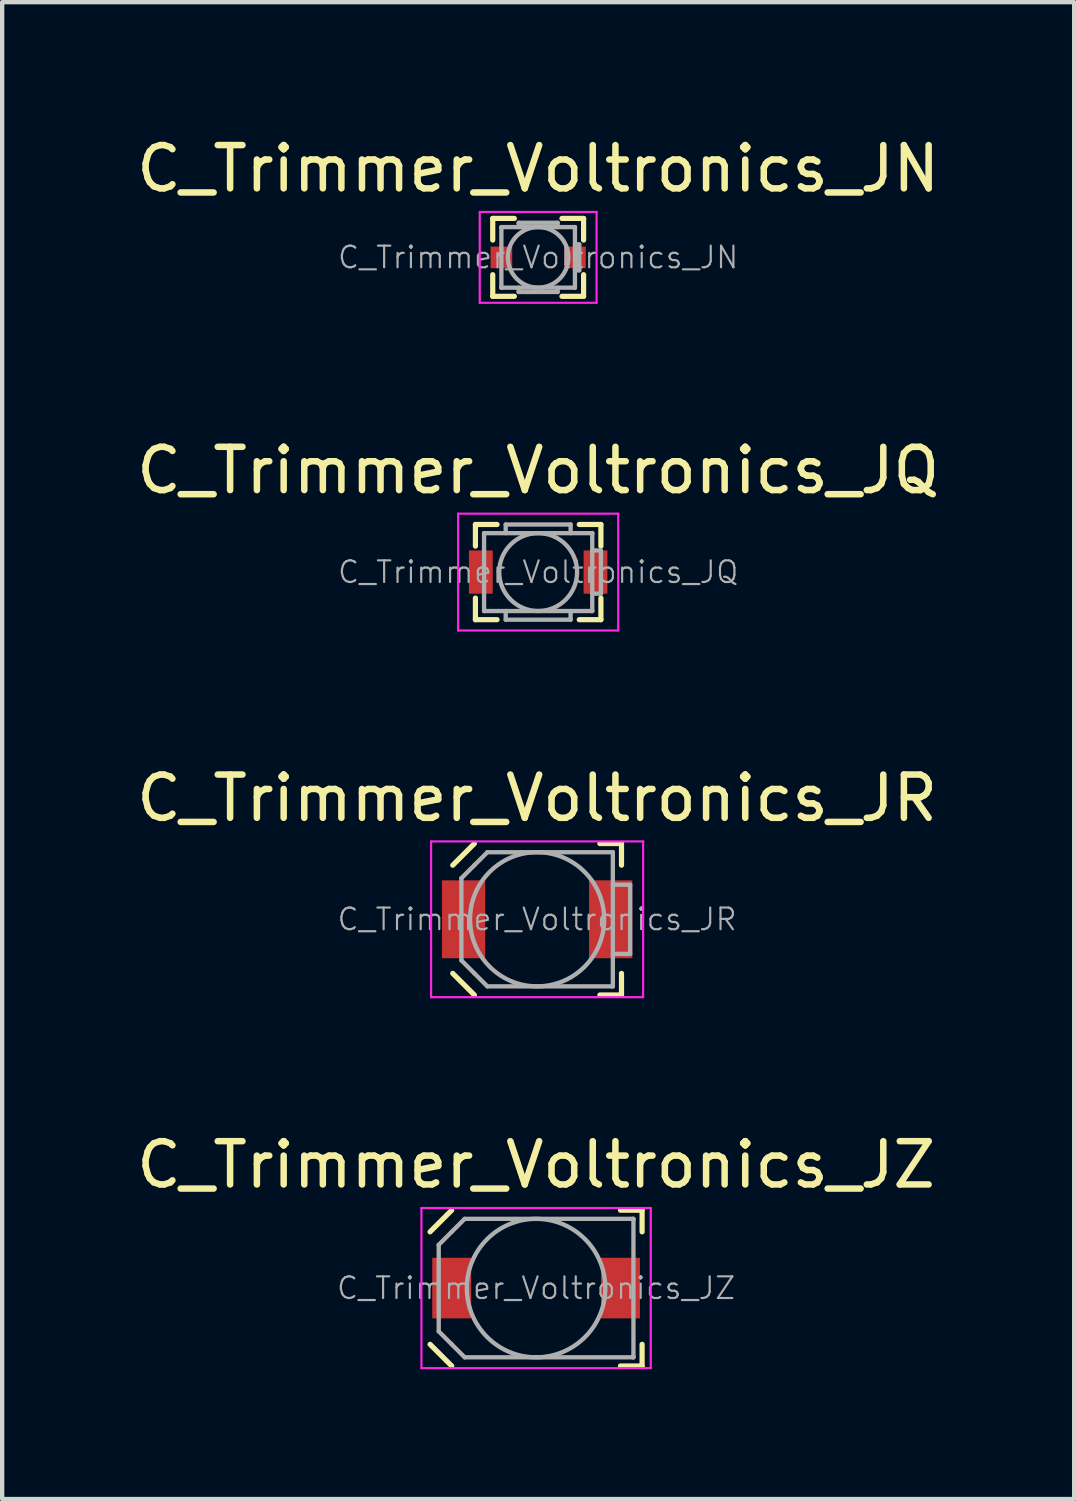
<source format=kicad_pcb>
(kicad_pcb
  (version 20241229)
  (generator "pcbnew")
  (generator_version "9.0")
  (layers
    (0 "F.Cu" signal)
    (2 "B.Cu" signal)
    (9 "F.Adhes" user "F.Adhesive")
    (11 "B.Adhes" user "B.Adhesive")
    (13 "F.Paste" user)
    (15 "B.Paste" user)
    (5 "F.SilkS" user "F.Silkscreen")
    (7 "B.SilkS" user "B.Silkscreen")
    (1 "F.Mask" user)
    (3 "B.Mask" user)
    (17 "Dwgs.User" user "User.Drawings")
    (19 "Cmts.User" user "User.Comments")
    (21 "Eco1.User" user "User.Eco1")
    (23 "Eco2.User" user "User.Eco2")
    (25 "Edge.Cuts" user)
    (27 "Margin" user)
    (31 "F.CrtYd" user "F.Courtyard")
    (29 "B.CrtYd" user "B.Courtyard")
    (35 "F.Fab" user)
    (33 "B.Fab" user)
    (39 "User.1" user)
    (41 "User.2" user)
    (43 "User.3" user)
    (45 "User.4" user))
  (footprint "C_Trimmer_Voltronics_JN"
    (layer "F.Cu")
    (at 9.387 2.898)
    (property "Reference" "C_Trimmer_Voltronics_JN" (at 0 -2.05 0) (layer "F.SilkS") (effects (font (size 1 1) (thickness 0.15))))
    (attr smd)
    (fp_line (start -1.05 -0.9) (end -1.05 -0.4) (stroke (width 0.12) (type solid)) (layer "F.SilkS"))
    (fp_line (start -1.05 -0.9) (end -0.55 -0.9) (stroke (width 0.12) (type solid)) (layer "F.SilkS"))
    (fp_line (start -1.05 0.9) (end -1.05 0.4) (stroke (width 0.12) (type solid)) (layer "F.SilkS"))
    (fp_line (start -1.05 0.9) (end -0.55 0.9) (stroke (width 0.12) (type solid)) (layer "F.SilkS"))
    (fp_line (start 1.05 -0.9) (end 0.55 -0.9) (stroke (width 0.12) (type solid)) (layer "F.SilkS"))
    (fp_line (start 1.05 -0.9) (end 1.05 -0.4) (stroke (width 0.12) (type solid)) (layer "F.SilkS"))
    (fp_line (start 1.05 0.9) (end 0.55 0.9) (stroke (width 0.12) (type solid)) (layer "F.SilkS"))
    (fp_line (start 1.05 0.9) (end 1.05 0.4) (stroke (width 0.12) (type solid)) (layer "F.SilkS"))
    (fp_line (start -1.35 -1.05) (end -1.35 1.05) (stroke (width 0.05) (type solid)) (layer "F.CrtYd"))
    (fp_line (start -1.35 1.05) (end 1.35 1.05) (stroke (width 0.05) (type solid)) (layer "F.CrtYd"))
    (fp_line (start 1.35 -1.05) (end -1.35 -1.05) (stroke (width 0.05) (type solid)) (layer "F.CrtYd"))
    (fp_line (start 1.35 1.05) (end 1.35 -1.05) (stroke (width 0.05) (type solid)) (layer "F.CrtYd"))
    (fp_line (start -0.85 -0.7) (end -0.84 -0.7) (stroke (width 0.1) (type solid)) (layer "F.Fab"))
    (fp_line (start -0.85 -0.69) (end -0.85 -0.7) (stroke (width 0.1) (type solid)) (layer "F.Fab"))
    (fp_line (start -0.85 0.69) (end -0.85 -0.69) (stroke (width 0.1) (type solid)) (layer "F.Fab"))
    (fp_line (start -0.85 0.7) (end -0.85 0.69) (stroke (width 0.1) (type solid)) (layer "F.Fab"))
    (fp_line (start -0.84 -0.7) (end 0.84 -0.7) (stroke (width 0.1) (type solid)) (layer "F.Fab"))
    (fp_line (start -0.84 0.7) (end -0.85 0.7) (stroke (width 0.1) (type solid)) (layer "F.Fab"))
    (fp_line (start -0.45 -0.8) (end 0.45 -0.8) (stroke (width 0.1) (type solid)) (layer "F.Fab"))
    (fp_line (start -0.45 -0.7) (end -0.45 -0.8) (stroke (width 0.1) (type solid)) (layer "F.Fab"))
    (fp_line (start -0.45 0.7) (end -0.45 0.8) (stroke (width 0.1) (type solid)) (layer "F.Fab"))
    (fp_line (start -0.45 0.8) (end 0.45 0.8) (stroke (width 0.1) (type solid)) (layer "F.Fab"))
    (fp_line (start 0.45 -0.8) (end 0.45 -0.7) (stroke (width 0.1) (type solid)) (layer "F.Fab"))
    (fp_line (start 0.45 0.8) (end 0.45 0.7) (stroke (width 0.1) (type solid)) (layer "F.Fab"))
    (fp_line (start 0.84 -0.7) (end 0.85 -0.7) (stroke (width 0.1) (type solid)) (layer "F.Fab"))
    (fp_line (start 0.84 0.7) (end -0.84 0.7) (stroke (width 0.1) (type solid)) (layer "F.Fab"))
    (fp_line (start 0.85 -0.7) (end 0.85 -0.69) (stroke (width 0.1) (type solid)) (layer "F.Fab"))
    (fp_line (start 0.85 -0.69) (end 0.85 0.69) (stroke (width 0.1) (type solid)) (layer "F.Fab"))
    (fp_line (start 0.85 -0.3) (end 0.95 -0.3) (stroke (width 0.1) (type solid)) (layer "F.Fab"))
    (fp_line (start 0.85 0.69) (end 0.85 0.7) (stroke (width 0.1) (type solid)) (layer "F.Fab"))
    (fp_line (start 0.85 0.7) (end 0.84 0.7) (stroke (width 0.1) (type solid)) (layer "F.Fab"))
    (fp_line (start 0.95 -0.3) (end 0.95 0.3) (stroke (width 0.1) (type solid)) (layer "F.Fab"))
    (fp_line (start 0.95 0.3) (end 0.85 0.3) (stroke (width 0.1) (type solid)) (layer "F.Fab"))
    (fp_circle (center 0 0) (end 0.7 0) (stroke (width 0.1) (type solid)) (fill no) (layer "F.Fab"))
    (fp_text user "${REFERENCE}" (at 0 0 0) (layer "F.Fab") (effects (font (size 0.5 0.5) (thickness 0.05))))
    (pad "1" smd rect (at -0.85 0) (size 0.5 0.5) (layers "F.Cu" "F.Mask" "F.Paste"))
    (pad "2" smd rect (at 0.85 0) (size 0.5 0.5) (layers "F.Cu" "F.Mask" "F.Paste")))
  (footprint "C_Trimmer_Voltronics_JR"
    (layer "F.Cu")
    (at 9.363 18.195)
    (property "Reference" "C_Trimmer_Voltronics_JR" (at 0 -2.8 0) (layer "F.SilkS") (effects (font (size 1 1) (thickness 0.15))))
    (attr smd)
    (fp_line (start -1.95 -1.25) (end -1.45 -1.75) (stroke (width 0.12) (type solid)) (layer "F.SilkS"))
    (fp_line (start -1.95 1.25) (end -1.45 1.75) (stroke (width 0.12) (type solid)) (layer "F.SilkS"))
    (fp_line (start 1.95 -1.75) (end 1.45 -1.75) (stroke (width 0.12) (type solid)) (layer "F.SilkS"))
    (fp_line (start 1.95 -1.75) (end 1.95 -1.25) (stroke (width 0.12) (type solid)) (layer "F.SilkS"))
    (fp_line (start 1.95 1.75) (end 1.45 1.75) (stroke (width 0.12) (type solid)) (layer "F.SilkS"))
    (fp_line (start 1.95 1.75) (end 1.95 1.25) (stroke (width 0.12) (type solid)) (layer "F.SilkS"))
    (fp_line (start -2.45 -1.8) (end -2.45 1.8) (stroke (width 0.05) (type solid)) (layer "F.CrtYd"))
    (fp_line (start -2.45 1.8) (end 2.45 1.8) (stroke (width 0.05) (type solid)) (layer "F.CrtYd"))
    (fp_line (start 2.45 -1.8) (end -2.45 -1.8) (stroke (width 0.05) (type solid)) (layer "F.CrtYd"))
    (fp_line (start 2.45 1.8) (end 2.45 -1.8) (stroke (width 0.05) (type solid)) (layer "F.CrtYd"))
    (fp_line (start -1.75 -0.95) (end -1.45 -1.25) (stroke (width 0.1) (type solid)) (layer "F.Fab"))
    (fp_line (start -1.75 0.95) (end -1.75 -0.95) (stroke (width 0.1) (type solid)) (layer "F.Fab"))
    (fp_line (start -1.45 -1.25) (end -1.15 -1.55) (stroke (width 0.1) (type solid)) (layer "F.Fab"))
    (fp_line (start -1.45 1.25) (end -1.75 0.95) (stroke (width 0.1) (type solid)) (layer "F.Fab"))
    (fp_line (start -1.15 -1.55) (end 1.74 -1.55) (stroke (width 0.1) (type solid)) (layer "F.Fab"))
    (fp_line (start -1.15 1.55) (end -1.45 1.25) (stroke (width 0.1) (type solid)) (layer "F.Fab"))
    (fp_line (start 1.74 -1.55) (end 1.75 -1.55) (stroke (width 0.1) (type solid)) (layer "F.Fab"))
    (fp_line (start 1.74 1.55) (end -1.15 1.55) (stroke (width 0.1) (type solid)) (layer "F.Fab"))
    (fp_line (start 1.75 -1.55) (end 1.75 -1.54) (stroke (width 0.1) (type solid)) (layer "F.Fab"))
    (fp_line (start 1.75 -1.54) (end 1.75 1.54) (stroke (width 0.1) (type solid)) (layer "F.Fab"))
    (fp_line (start 1.75 -0.8) (end 2.15 -0.8) (stroke (width 0.1) (type solid)) (layer "F.Fab"))
    (fp_line (start 1.75 1.54) (end 1.75 1.55) (stroke (width 0.1) (type solid)) (layer "F.Fab"))
    (fp_line (start 1.75 1.55) (end 1.74 1.55) (stroke (width 0.1) (type solid)) (layer "F.Fab"))
    (fp_line (start 2.15 -0.8) (end 2.15 0.8) (stroke (width 0.1) (type solid)) (layer "F.Fab"))
    (fp_line (start 2.15 0.8) (end 1.75 0.8) (stroke (width 0.1) (type solid)) (layer "F.Fab"))
    (fp_circle (center 0 0) (end 1.55 0) (stroke (width 0.1) (type solid)) (fill no) (layer "F.Fab"))
    (fp_text user "${REFERENCE}" (at 0 0 0) (layer "F.Fab") (effects (font (size 0.5 0.5) (thickness 0.05))))
    (pad "1" smd rect (at -1.7 0) (size 1 1.8) (layers "F.Cu" "F.Mask" "F.Paste"))
    (pad "2" smd rect (at 1.7 0) (size 1 1.8) (layers "F.Cu" "F.Mask" "F.Paste")))
  (footprint "C_Trimmer_Voltronics_JZ"
    (layer "F.Cu")
    (at 9.339 26.718)
    (property "Reference" "C_Trimmer_Voltronics_JZ" (at 0 -2.85 0) (layer "F.SilkS") (effects (font (size 1 1) (thickness 0.15))))
    (attr smd)
    (fp_line (start -2.45 -1.3) (end -1.95 -1.8) (stroke (width 0.12) (type solid)) (layer "F.SilkS"))
    (fp_line (start -2.45 1.3) (end -1.95 1.8) (stroke (width 0.12) (type solid)) (layer "F.SilkS"))
    (fp_line (start 2.45 -1.8) (end 1.95 -1.8) (stroke (width 0.12) (type solid)) (layer "F.SilkS"))
    (fp_line (start 2.45 -1.8) (end 2.45 -1.3) (stroke (width 0.12) (type solid)) (layer "F.SilkS"))
    (fp_line (start 2.45 1.8) (end 1.95 1.8) (stroke (width 0.12) (type solid)) (layer "F.SilkS"))
    (fp_line (start 2.45 1.8) (end 2.45 1.3) (stroke (width 0.12) (type solid)) (layer "F.SilkS"))
    (fp_line (start -2.65 -1.85) (end -2.65 1.85) (stroke (width 0.05) (type solid)) (layer "F.CrtYd"))
    (fp_line (start -2.65 1.85) (end 2.65 1.85) (stroke (width 0.05) (type solid)) (layer "F.CrtYd"))
    (fp_line (start 2.65 -1.85) (end -2.65 -1.85) (stroke (width 0.05) (type solid)) (layer "F.CrtYd"))
    (fp_line (start 2.65 1.85) (end 2.65 -1.85) (stroke (width 0.05) (type solid)) (layer "F.CrtYd"))
    (fp_line (start -2.25 -1) (end -1.95 -1.3) (stroke (width 0.1) (type solid)) (layer "F.Fab"))
    (fp_line (start -2.25 1) (end -2.25 -1) (stroke (width 0.1) (type solid)) (layer "F.Fab"))
    (fp_line (start -1.95 -1.3) (end -1.65 -1.6) (stroke (width 0.1) (type solid)) (layer "F.Fab"))
    (fp_line (start -1.95 1.3) (end -2.25 1) (stroke (width 0.1) (type solid)) (layer "F.Fab"))
    (fp_line (start -1.65 -1.6) (end 2.24 -1.6) (stroke (width 0.1) (type solid)) (layer "F.Fab"))
    (fp_line (start -1.65 1.6) (end -1.95 1.3) (stroke (width 0.1) (type solid)) (layer "F.Fab"))
    (fp_line (start 2.24 -1.6) (end 2.25 -1.6) (stroke (width 0.1) (type solid)) (layer "F.Fab"))
    (fp_line (start 2.24 1.6) (end -1.65 1.6) (stroke (width 0.1) (type solid)) (layer "F.Fab"))
    (fp_line (start 2.25 -1.6) (end 2.25 -1.59) (stroke (width 0.1) (type solid)) (layer "F.Fab"))
    (fp_line (start 2.25 -1.59) (end 2.25 1.59) (stroke (width 0.1) (type solid)) (layer "F.Fab"))
    (fp_line (start 2.25 1.59) (end 2.25 1.6) (stroke (width 0.1) (type solid)) (layer "F.Fab"))
    (fp_line (start 2.25 1.6) (end 2.24 1.6) (stroke (width 0.1) (type solid)) (layer "F.Fab"))
    (fp_circle (center 0 0) (end 1.6 0) (stroke (width 0.1) (type solid)) (fill no) (layer "F.Fab"))
    (fp_text user "${REFERENCE}" (at 0 0 0) (layer "F.Fab") (effects (font (size 0.5 0.5) (thickness 0.05))))
    (pad "1" smd rect (at -1.95 0) (size 0.9 1.4) (layers "F.Cu" "F.Mask" "F.Paste"))
    (pad "2" smd rect (at 1.95 0) (size 0.9 1.4) (layers "F.Cu" "F.Mask" "F.Paste")))
  (footprint "C_Trimmer_Voltronics_JQ"
    (layer "F.Cu")
    (at 9.387 10.171)
    (property "Reference" "C_Trimmer_Voltronics_JQ" (at 0 -2.35 0) (layer "F.SilkS") (effects (font (size 1 1) (thickness 0.15))))
    (attr smd)
    (fp_line (start -1.45 -1.1) (end -1.45 -0.6) (stroke (width 0.12) (type solid)) (layer "F.SilkS"))
    (fp_line (start -1.45 -1.1) (end -0.95 -1.1) (stroke (width 0.12) (type solid)) (layer "F.SilkS"))
    (fp_line (start -1.45 1.1) (end -1.45 0.6) (stroke (width 0.12) (type solid)) (layer "F.SilkS"))
    (fp_line (start -1.45 1.1) (end -0.95 1.1) (stroke (width 0.12) (type solid)) (layer "F.SilkS"))
    (fp_line (start 1.45 -1.1) (end 0.95 -1.1) (stroke (width 0.12) (type solid)) (layer "F.SilkS"))
    (fp_line (start 1.45 -1.1) (end 1.45 -0.6) (stroke (width 0.12) (type solid)) (layer "F.SilkS"))
    (fp_line (start 1.45 1.1) (end 0.95 1.1) (stroke (width 0.12) (type solid)) (layer "F.SilkS"))
    (fp_line (start 1.45 1.1) (end 1.45 0.6) (stroke (width 0.12) (type solid)) (layer "F.SilkS"))
    (fp_line (start -1.85 -1.35) (end -1.85 1.35) (stroke (width 0.05) (type solid)) (layer "F.CrtYd"))
    (fp_line (start -1.85 1.35) (end 1.85 1.35) (stroke (width 0.05) (type solid)) (layer "F.CrtYd"))
    (fp_line (start 1.85 -1.35) (end -1.85 -1.35) (stroke (width 0.05) (type solid)) (layer "F.CrtYd"))
    (fp_line (start 1.85 1.35) (end 1.85 -1.35) (stroke (width 0.05) (type solid)) (layer "F.CrtYd"))
    (fp_line (start -1.25 -0.9) (end -1.24 -0.9) (stroke (width 0.1) (type solid)) (layer "F.Fab"))
    (fp_line (start -1.25 -0.89) (end -1.25 -0.9) (stroke (width 0.1) (type solid)) (layer "F.Fab"))
    (fp_line (start -1.25 0.89) (end -1.25 -0.89) (stroke (width 0.1) (type solid)) (layer "F.Fab"))
    (fp_line (start -1.25 0.9) (end -1.25 0.89) (stroke (width 0.1) (type solid)) (layer "F.Fab"))
    (fp_line (start -1.24 -0.9) (end 1.24 -0.9) (stroke (width 0.1) (type solid)) (layer "F.Fab"))
    (fp_line (start -1.24 0.9) (end -1.25 0.9) (stroke (width 0.1) (type solid)) (layer "F.Fab"))
    (fp_line (start -0.75 -1.1) (end 0.75 -1.1) (stroke (width 0.1) (type solid)) (layer "F.Fab"))
    (fp_line (start -0.75 -0.9) (end -0.75 -1.1) (stroke (width 0.1) (type solid)) (layer "F.Fab"))
    (fp_line (start -0.75 0.9) (end -0.75 1.1) (stroke (width 0.1) (type solid)) (layer "F.Fab"))
    (fp_line (start -0.75 1.1) (end 0.75 1.1) (stroke (width 0.1) (type solid)) (layer "F.Fab"))
    (fp_line (start 0.75 -1.1) (end 0.75 -0.9) (stroke (width 0.1) (type solid)) (layer "F.Fab"))
    (fp_line (start 0.75 1.1) (end 0.75 0.9) (stroke (width 0.1) (type solid)) (layer "F.Fab"))
    (fp_line (start 1.24 -0.9) (end 1.25 -0.9) (stroke (width 0.1) (type solid)) (layer "F.Fab"))
    (fp_line (start 1.24 0.9) (end -1.24 0.9) (stroke (width 0.1) (type solid)) (layer "F.Fab"))
    (fp_line (start 1.25 -0.9) (end 1.25 -0.89) (stroke (width 0.1) (type solid)) (layer "F.Fab"))
    (fp_line (start 1.25 -0.89) (end 1.25 0.89) (stroke (width 0.1) (type solid)) (layer "F.Fab"))
    (fp_line (start 1.25 -0.5) (end 1.45 -0.5) (stroke (width 0.1) (type solid)) (layer "F.Fab"))
    (fp_line (start 1.25 0.89) (end 1.25 0.9) (stroke (width 0.1) (type solid)) (layer "F.Fab"))
    (fp_line (start 1.25 0.9) (end 1.24 0.9) (stroke (width 0.1) (type solid)) (layer "F.Fab"))
    (fp_line (start 1.45 -0.5) (end 1.45 0.5) (stroke (width 0.1) (type solid)) (layer "F.Fab"))
    (fp_line (start 1.45 0.5) (end 1.25 0.5) (stroke (width 0.1) (type solid)) (layer "F.Fab"))
    (fp_circle (center 0 0) (end 0.9 0) (stroke (width 0.1) (type solid)) (fill no) (layer "F.Fab"))
    (fp_text user "${REFERENCE}" (at 0 0 0) (layer "F.Fab") (effects (font (size 0.5 0.5) (thickness 0.05))))
    (pad "1" smd rect (at -1.325 0) (size 0.55 1) (layers "F.Cu" "F.Mask" "F.Paste"))
    (pad "2" smd rect (at 1.325 0) (size 0.55 1) (layers "F.Cu" "F.Mask" "F.Paste")))
  (gr_rect
    (start -3 -3)
    (end 21.774 31.593)
    (stroke (width 0.1) (type default))
    (fill no)
    (layer "Edge.Cuts")))
</source>
